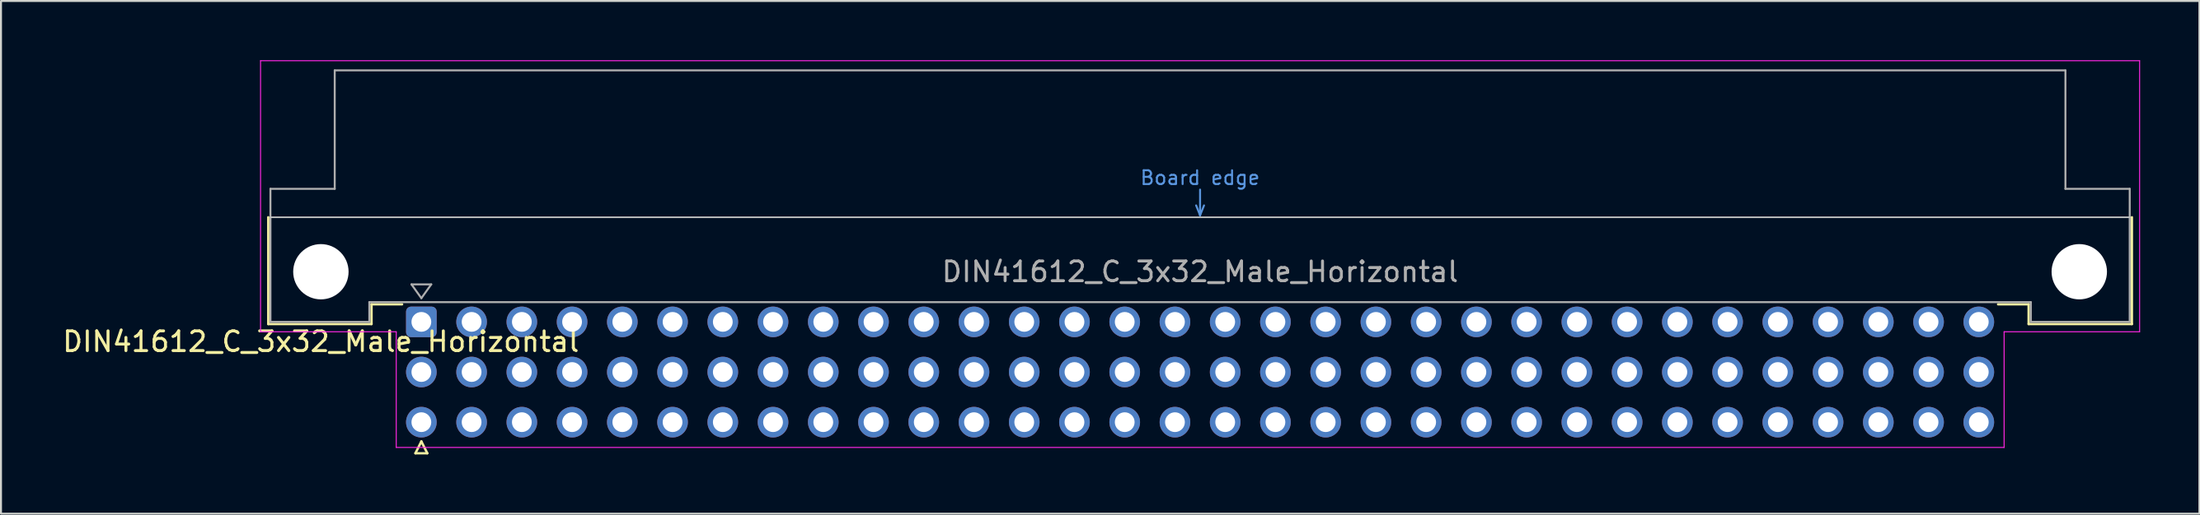
<source format=kicad_pcb>
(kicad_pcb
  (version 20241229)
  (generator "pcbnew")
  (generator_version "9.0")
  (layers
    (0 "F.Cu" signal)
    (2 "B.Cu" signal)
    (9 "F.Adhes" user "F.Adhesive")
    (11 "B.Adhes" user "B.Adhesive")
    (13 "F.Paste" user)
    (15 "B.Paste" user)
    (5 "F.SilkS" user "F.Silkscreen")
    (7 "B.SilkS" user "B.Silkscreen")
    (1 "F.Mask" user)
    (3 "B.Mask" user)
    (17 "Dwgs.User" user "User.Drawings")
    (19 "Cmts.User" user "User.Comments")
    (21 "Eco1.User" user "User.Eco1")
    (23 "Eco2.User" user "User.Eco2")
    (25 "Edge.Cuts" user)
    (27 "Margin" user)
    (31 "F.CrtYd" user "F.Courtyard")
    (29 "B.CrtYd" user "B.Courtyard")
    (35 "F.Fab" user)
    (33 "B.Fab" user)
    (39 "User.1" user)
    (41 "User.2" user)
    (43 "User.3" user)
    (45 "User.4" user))
  (footprint "DIN41612_C_3x32_Male_Horizontal"
    (layer "F.Cu")
    (at 18.253 13.255)
    (property "Reference" "DIN41612_C_3x32_Male_Horizontal" (at -5.08 1 0) (layer "F.SilkS") (effects (font (size 1 1) (thickness 0.15))))
    (attr through_hole)
    (fp_line (start -7.74 -5.3) (end -7.74 0.11) (stroke (width 0.12) (type solid)) (layer "F.SilkS"))
    (fp_line (start -7.74 0.11) (end -2.52 0.11) (stroke (width 0.12) (type solid)) (layer "F.SilkS"))
    (fp_line (start -2.52 -0.89) (end -0.975 -0.89) (stroke (width 0.12) (type solid)) (layer "F.SilkS"))
    (fp_line (start -2.52 0.11) (end -2.52 -0.89) (stroke (width 0.12) (type solid)) (layer "F.SilkS"))
    (fp_line (start -0.3 6.655) (end 0.3 6.655) (stroke (width 0.12) (type solid)) (layer "F.SilkS"))
    (fp_line (start 0 6.055) (end -0.3 6.655) (stroke (width 0.12) (type solid)) (layer "F.SilkS"))
    (fp_line (start 0.3 6.655) (end 0 6.055) (stroke (width 0.12) (type solid)) (layer "F.SilkS"))
    (fp_line (start 81.26 -0.89) (end 79.715 -0.89) (stroke (width 0.12) (type solid)) (layer "F.SilkS"))
    (fp_line (start 81.26 0.11) (end 81.26 -0.89) (stroke (width 0.12) (type solid)) (layer "F.SilkS"))
    (fp_line (start 86.48 -5.3) (end 86.48 0.11) (stroke (width 0.12) (type solid)) (layer "F.SilkS"))
    (fp_line (start 86.48 0.11) (end 81.26 0.11) (stroke (width 0.12) (type solid)) (layer "F.SilkS"))
    (fp_line (start -7.63 -5.3) (end 86.37 -5.3) (stroke (width 0.08) (type solid)) (layer "Dwgs.User"))
    (fp_line (start 39.17 -5.9) (end 39.37 -5.4) (stroke (width 0.1) (type solid)) (layer "Cmts.User"))
    (fp_line (start 39.37 -5.4) (end 39.37 -6.7) (stroke (width 0.1) (type solid)) (layer "Cmts.User"))
    (fp_line (start 39.37 -5.4) (end 39.57 -5.9) (stroke (width 0.1) (type solid)) (layer "Cmts.User"))
    (fp_line (start -8.13 -13.23) (end -8.13 0.5) (stroke (width 0.05) (type solid)) (layer "F.CrtYd"))
    (fp_line (start -8.13 0.5) (end -1.27 0.5) (stroke (width 0.05) (type solid)) (layer "F.CrtYd"))
    (fp_line (start -1.27 0.5) (end -1.27 6.36) (stroke (width 0.05) (type solid)) (layer "F.CrtYd"))
    (fp_line (start -1.27 6.36) (end 80.02 6.36) (stroke (width 0.05) (type solid)) (layer "F.CrtYd"))
    (fp_line (start 80.02 0.5) (end 86.87 0.5) (stroke (width 0.05) (type solid)) (layer "F.CrtYd"))
    (fp_line (start 80.02 6.36) (end 80.02 0.5) (stroke (width 0.05) (type solid)) (layer "F.CrtYd"))
    (fp_line (start 86.87 -13.23) (end -8.13 -13.23) (stroke (width 0.05) (type solid)) (layer "F.CrtYd"))
    (fp_line (start 86.87 0.5) (end 86.87 -13.23) (stroke (width 0.05) (type solid)) (layer "F.CrtYd"))
    (fp_line (start -7.63 -6.74) (end -7.63 0) (stroke (width 0.1) (type solid)) (layer "F.Fab"))
    (fp_line (start -7.63 0) (end -2.63 0) (stroke (width 0.1) (type solid)) (layer "F.Fab"))
    (fp_line (start -4.38 -12.74) (end -4.38 -6.74) (stroke (width 0.1) (type solid)) (layer "F.Fab"))
    (fp_line (start -4.38 -6.74) (end -7.63 -6.74) (stroke (width 0.1) (type solid)) (layer "F.Fab"))
    (fp_line (start -2.63 -1) (end 81.37 -1) (stroke (width 0.1) (type solid)) (layer "F.Fab"))
    (fp_line (start -2.63 0) (end -2.63 -1) (stroke (width 0.1) (type solid)) (layer "F.Fab"))
    (fp_line (start -0.5 -1.9) (end 0.5 -1.9) (stroke (width 0.1) (type solid)) (layer "F.Fab"))
    (fp_line (start 0 -1.2) (end -0.5 -1.9) (stroke (width 0.1) (type solid)) (layer "F.Fab"))
    (fp_line (start 0.5 -1.9) (end 0 -1.2) (stroke (width 0.1) (type solid)) (layer "F.Fab"))
    (fp_line (start 81.37 -1) (end 81.37 0) (stroke (width 0.1) (type solid)) (layer "F.Fab"))
    (fp_line (start 81.37 0) (end 86.37 0) (stroke (width 0.1) (type solid)) (layer "F.Fab"))
    (fp_line (start 83.12 -12.74) (end -4.38 -12.74) (stroke (width 0.1) (type solid)) (layer "F.Fab"))
    (fp_line (start 83.12 -6.74) (end 83.12 -12.74) (stroke (width 0.1) (type solid)) (layer "F.Fab"))
    (fp_line (start 86.37 -6.74) (end 83.12 -6.74) (stroke (width 0.1) (type solid)) (layer "F.Fab"))
    (fp_line (start 86.37 0) (end 86.37 -6.74) (stroke (width 0.1) (type solid)) (layer "F.Fab"))
    (fp_text user "Board edge" (at 39.37 -7.3 0) (layer "Cmts.User") (effects (font (size 0.7 0.7) (thickness 0.1))))
    (fp_text user "${REFERENCE}" (at 39.37 -2.54 0) (layer "F.Fab") (effects (font (size 1 1) (thickness 0.15))))
    (pad "" np_thru_hole circle (at -5.08 -2.54) (size 2.8 2.8) (drill 2.8) (layers "*.Cu" "*.Mask"))
    (pad "" np_thru_hole circle (at 83.82 -2.54) (size 2.8 2.8) (drill 2.8) (layers "*.Cu" "*.Mask"))
    (pad "a1" thru_hole roundrect (at 0 0) (size 1.55 1.55) (drill 1) (layers "*.Cu" "*.Mask") (roundrect_rratio 0.161))
    (pad "a2" thru_hole circle (at 2.54 0) (size 1.55 1.55) (drill 1) (layers "*.Cu" "*.Mask"))
    (pad "a3" thru_hole circle (at 5.08 0) (size 1.55 1.55) (drill 1) (layers "*.Cu" "*.Mask"))
    (pad "a4" thru_hole circle (at 7.62 0) (size 1.55 1.55) (drill 1) (layers "*.Cu" "*.Mask"))
    (pad "a5" thru_hole circle (at 10.16 0) (size 1.55 1.55) (drill 1) (layers "*.Cu" "*.Mask"))
    (pad "a6" thru_hole circle (at 12.7 0) (size 1.55 1.55) (drill 1) (layers "*.Cu" "*.Mask"))
    (pad "a7" thru_hole circle (at 15.24 0) (size 1.55 1.55) (drill 1) (layers "*.Cu" "*.Mask"))
    (pad "a8" thru_hole circle (at 17.78 0) (size 1.55 1.55) (drill 1) (layers "*.Cu" "*.Mask"))
    (pad "a9" thru_hole circle (at 20.32 0) (size 1.55 1.55) (drill 1) (layers "*.Cu" "*.Mask"))
    (pad "a10" thru_hole circle (at 22.86 0) (size 1.55 1.55) (drill 1) (layers "*.Cu" "*.Mask"))
    (pad "a11" thru_hole circle (at 25.4 0) (size 1.55 1.55) (drill 1) (layers "*.Cu" "*.Mask"))
    (pad "a12" thru_hole circle (at 27.94 0) (size 1.55 1.55) (drill 1) (layers "*.Cu" "*.Mask"))
    (pad "a13" thru_hole circle (at 30.48 0) (size 1.55 1.55) (drill 1) (layers "*.Cu" "*.Mask"))
    (pad "a14" thru_hole circle (at 33.02 0) (size 1.55 1.55) (drill 1) (layers "*.Cu" "*.Mask"))
    (pad "a15" thru_hole circle (at 35.56 0) (size 1.55 1.55) (drill 1) (layers "*.Cu" "*.Mask"))
    (pad "a16" thru_hole circle (at 38.1 0) (size 1.55 1.55) (drill 1) (layers "*.Cu" "*.Mask"))
    (pad "a17" thru_hole circle (at 40.64 0) (size 1.55 1.55) (drill 1) (layers "*.Cu" "*.Mask"))
    (pad "a18" thru_hole circle (at 43.18 0) (size 1.55 1.55) (drill 1) (layers "*.Cu" "*.Mask"))
    (pad "a19" thru_hole circle (at 45.72 0) (size 1.55 1.55) (drill 1) (layers "*.Cu" "*.Mask"))
    (pad "a20" thru_hole circle (at 48.26 0) (size 1.55 1.55) (drill 1) (layers "*.Cu" "*.Mask"))
    (pad "a21" thru_hole circle (at 50.8 0) (size 1.55 1.55) (drill 1) (layers "*.Cu" "*.Mask"))
    (pad "a22" thru_hole circle (at 53.34 0) (size 1.55 1.55) (drill 1) (layers "*.Cu" "*.Mask"))
    (pad "a23" thru_hole circle (at 55.88 0) (size 1.55 1.55) (drill 1) (layers "*.Cu" "*.Mask"))
    (pad "a24" thru_hole circle (at 58.42 0) (size 1.55 1.55) (drill 1) (layers "*.Cu" "*.Mask"))
    (pad "a25" thru_hole circle (at 60.96 0) (size 1.55 1.55) (drill 1) (layers "*.Cu" "*.Mask"))
    (pad "a26" thru_hole circle (at 63.5 0) (size 1.55 1.55) (drill 1) (layers "*.Cu" "*.Mask"))
    (pad "a27" thru_hole circle (at 66.04 0) (size 1.55 1.55) (drill 1) (layers "*.Cu" "*.Mask"))
    (pad "a28" thru_hole circle (at 68.58 0) (size 1.55 1.55) (drill 1) (layers "*.Cu" "*.Mask"))
    (pad "a29" thru_hole circle (at 71.12 0) (size 1.55 1.55) (drill 1) (layers "*.Cu" "*.Mask"))
    (pad "a30" thru_hole circle (at 73.66 0) (size 1.55 1.55) (drill 1) (layers "*.Cu" "*.Mask"))
    (pad "a31" thru_hole circle (at 76.2 0) (size 1.55 1.55) (drill 1) (layers "*.Cu" "*.Mask"))
    (pad "a32" thru_hole circle (at 78.74 0) (size 1.55 1.55) (drill 1) (layers "*.Cu" "*.Mask"))
    (pad "b1" thru_hole circle (at 0 2.54) (size 1.55 1.55) (drill 1) (layers "*.Cu" "*.Mask"))
    (pad "b2" thru_hole circle (at 2.54 2.54) (size 1.55 1.55) (drill 1) (layers "*.Cu" "*.Mask"))
    (pad "b3" thru_hole circle (at 5.08 2.54) (size 1.55 1.55) (drill 1) (layers "*.Cu" "*.Mask"))
    (pad "b4" thru_hole circle (at 7.62 2.54) (size 1.55 1.55) (drill 1) (layers "*.Cu" "*.Mask"))
    (pad "b5" thru_hole circle (at 10.16 2.54) (size 1.55 1.55) (drill 1) (layers "*.Cu" "*.Mask"))
    (pad "b6" thru_hole circle (at 12.7 2.54) (size 1.55 1.55) (drill 1) (layers "*.Cu" "*.Mask"))
    (pad "b7" thru_hole circle (at 15.24 2.54) (size 1.55 1.55) (drill 1) (layers "*.Cu" "*.Mask"))
    (pad "b8" thru_hole circle (at 17.78 2.54) (size 1.55 1.55) (drill 1) (layers "*.Cu" "*.Mask"))
    (pad "b9" thru_hole circle (at 20.32 2.54) (size 1.55 1.55) (drill 1) (layers "*.Cu" "*.Mask"))
    (pad "b10" thru_hole circle (at 22.86 2.54) (size 1.55 1.55) (drill 1) (layers "*.Cu" "*.Mask"))
    (pad "b11" thru_hole circle (at 25.4 2.54) (size 1.55 1.55) (drill 1) (layers "*.Cu" "*.Mask"))
    (pad "b12" thru_hole circle (at 27.94 2.54) (size 1.55 1.55) (drill 1) (layers "*.Cu" "*.Mask"))
    (pad "b13" thru_hole circle (at 30.48 2.54) (size 1.55 1.55) (drill 1) (layers "*.Cu" "*.Mask"))
    (pad "b14" thru_hole circle (at 33.02 2.54) (size 1.55 1.55) (drill 1) (layers "*.Cu" "*.Mask"))
    (pad "b15" thru_hole circle (at 35.56 2.54) (size 1.55 1.55) (drill 1) (layers "*.Cu" "*.Mask"))
    (pad "b16" thru_hole circle (at 38.1 2.54) (size 1.55 1.55) (drill 1) (layers "*.Cu" "*.Mask"))
    (pad "b17" thru_hole circle (at 40.64 2.54) (size 1.55 1.55) (drill 1) (layers "*.Cu" "*.Mask"))
    (pad "b18" thru_hole circle (at 43.18 2.54) (size 1.55 1.55) (drill 1) (layers "*.Cu" "*.Mask"))
    (pad "b19" thru_hole circle (at 45.72 2.54) (size 1.55 1.55) (drill 1) (layers "*.Cu" "*.Mask"))
    (pad "b20" thru_hole circle (at 48.26 2.54) (size 1.55 1.55) (drill 1) (layers "*.Cu" "*.Mask"))
    (pad "b21" thru_hole circle (at 50.8 2.54) (size 1.55 1.55) (drill 1) (layers "*.Cu" "*.Mask"))
    (pad "b22" thru_hole circle (at 53.34 2.54) (size 1.55 1.55) (drill 1) (layers "*.Cu" "*.Mask"))
    (pad "b23" thru_hole circle (at 55.88 2.54) (size 1.55 1.55) (drill 1) (layers "*.Cu" "*.Mask"))
    (pad "b24" thru_hole circle (at 58.42 2.54) (size 1.55 1.55) (drill 1) (layers "*.Cu" "*.Mask"))
    (pad "b25" thru_hole circle (at 60.96 2.54) (size 1.55 1.55) (drill 1) (layers "*.Cu" "*.Mask"))
    (pad "b26" thru_hole circle (at 63.5 2.54) (size 1.55 1.55) (drill 1) (layers "*.Cu" "*.Mask"))
    (pad "b27" thru_hole circle (at 66.04 2.54) (size 1.55 1.55) (drill 1) (layers "*.Cu" "*.Mask"))
    (pad "b28" thru_hole circle (at 68.58 2.54) (size 1.55 1.55) (drill 1) (layers "*.Cu" "*.Mask"))
    (pad "b29" thru_hole circle (at 71.12 2.54) (size 1.55 1.55) (drill 1) (layers "*.Cu" "*.Mask"))
    (pad "b30" thru_hole circle (at 73.66 2.54) (size 1.55 1.55) (drill 1) (layers "*.Cu" "*.Mask"))
    (pad "b31" thru_hole circle (at 76.2 2.54) (size 1.55 1.55) (drill 1) (layers "*.Cu" "*.Mask"))
    (pad "b32" thru_hole circle (at 78.74 2.54) (size 1.55 1.55) (drill 1) (layers "*.Cu" "*.Mask"))
    (pad "c1" thru_hole circle (at 0 5.08) (size 1.55 1.55) (drill 1) (layers "*.Cu" "*.Mask"))
    (pad "c2" thru_hole circle (at 2.54 5.08) (size 1.55 1.55) (drill 1) (layers "*.Cu" "*.Mask"))
    (pad "c3" thru_hole circle (at 5.08 5.08) (size 1.55 1.55) (drill 1) (layers "*.Cu" "*.Mask"))
    (pad "c4" thru_hole circle (at 7.62 5.08) (size 1.55 1.55) (drill 1) (layers "*.Cu" "*.Mask"))
    (pad "c5" thru_hole circle (at 10.16 5.08) (size 1.55 1.55) (drill 1) (layers "*.Cu" "*.Mask"))
    (pad "c6" thru_hole circle (at 12.7 5.08) (size 1.55 1.55) (drill 1) (layers "*.Cu" "*.Mask"))
    (pad "c7" thru_hole circle (at 15.24 5.08) (size 1.55 1.55) (drill 1) (layers "*.Cu" "*.Mask"))
    (pad "c8" thru_hole circle (at 17.78 5.08) (size 1.55 1.55) (drill 1) (layers "*.Cu" "*.Mask"))
    (pad "c9" thru_hole circle (at 20.32 5.08) (size 1.55 1.55) (drill 1) (layers "*.Cu" "*.Mask"))
    (pad "c10" thru_hole circle (at 22.86 5.08) (size 1.55 1.55) (drill 1) (layers "*.Cu" "*.Mask"))
    (pad "c11" thru_hole circle (at 25.4 5.08) (size 1.55 1.55) (drill 1) (layers "*.Cu" "*.Mask"))
    (pad "c12" thru_hole circle (at 27.94 5.08) (size 1.55 1.55) (drill 1) (layers "*.Cu" "*.Mask"))
    (pad "c13" thru_hole circle (at 30.48 5.08) (size 1.55 1.55) (drill 1) (layers "*.Cu" "*.Mask"))
    (pad "c14" thru_hole circle (at 33.02 5.08) (size 1.55 1.55) (drill 1) (layers "*.Cu" "*.Mask"))
    (pad "c15" thru_hole circle (at 35.56 5.08) (size 1.55 1.55) (drill 1) (layers "*.Cu" "*.Mask"))
    (pad "c16" thru_hole circle (at 38.1 5.08) (size 1.55 1.55) (drill 1) (layers "*.Cu" "*.Mask"))
    (pad "c17" thru_hole circle (at 40.64 5.08) (size 1.55 1.55) (drill 1) (layers "*.Cu" "*.Mask"))
    (pad "c18" thru_hole circle (at 43.18 5.08) (size 1.55 1.55) (drill 1) (layers "*.Cu" "*.Mask"))
    (pad "c19" thru_hole circle (at 45.72 5.08) (size 1.55 1.55) (drill 1) (layers "*.Cu" "*.Mask"))
    (pad "c20" thru_hole circle (at 48.26 5.08) (size 1.55 1.55) (drill 1) (layers "*.Cu" "*.Mask"))
    (pad "c21" thru_hole circle (at 50.8 5.08) (size 1.55 1.55) (drill 1) (layers "*.Cu" "*.Mask"))
    (pad "c22" thru_hole circle (at 53.34 5.08) (size 1.55 1.55) (drill 1) (layers "*.Cu" "*.Mask"))
    (pad "c23" thru_hole circle (at 55.88 5.08) (size 1.55 1.55) (drill 1) (layers "*.Cu" "*.Mask"))
    (pad "c24" thru_hole circle (at 58.42 5.08) (size 1.55 1.55) (drill 1) (layers "*.Cu" "*.Mask"))
    (pad "c25" thru_hole circle (at 60.96 5.08) (size 1.55 1.55) (drill 1) (layers "*.Cu" "*.Mask"))
    (pad "c26" thru_hole circle (at 63.5 5.08) (size 1.55 1.55) (drill 1) (layers "*.Cu" "*.Mask"))
    (pad "c27" thru_hole circle (at 66.04 5.08) (size 1.55 1.55) (drill 1) (layers "*.Cu" "*.Mask"))
    (pad "c28" thru_hole circle (at 68.58 5.08) (size 1.55 1.55) (drill 1) (layers "*.Cu" "*.Mask"))
    (pad "c29" thru_hole circle (at 71.12 5.08) (size 1.55 1.55) (drill 1) (layers "*.Cu" "*.Mask"))
    (pad "c30" thru_hole circle (at 73.66 5.08) (size 1.55 1.55) (drill 1) (layers "*.Cu" "*.Mask"))
    (pad "c31" thru_hole circle (at 76.2 5.08) (size 1.55 1.55) (drill 1) (layers "*.Cu" "*.Mask"))
    (pad "c32" thru_hole circle (at 78.74 5.08) (size 1.55 1.55) (drill 1) (layers "*.Cu" "*.Mask")))
  (gr_rect
    (start -3 -3)
    (end 108.148 22.97)
    (stroke (width 0.1) (type default))
    (fill no)
    (layer "Edge.Cuts")))
</source>
